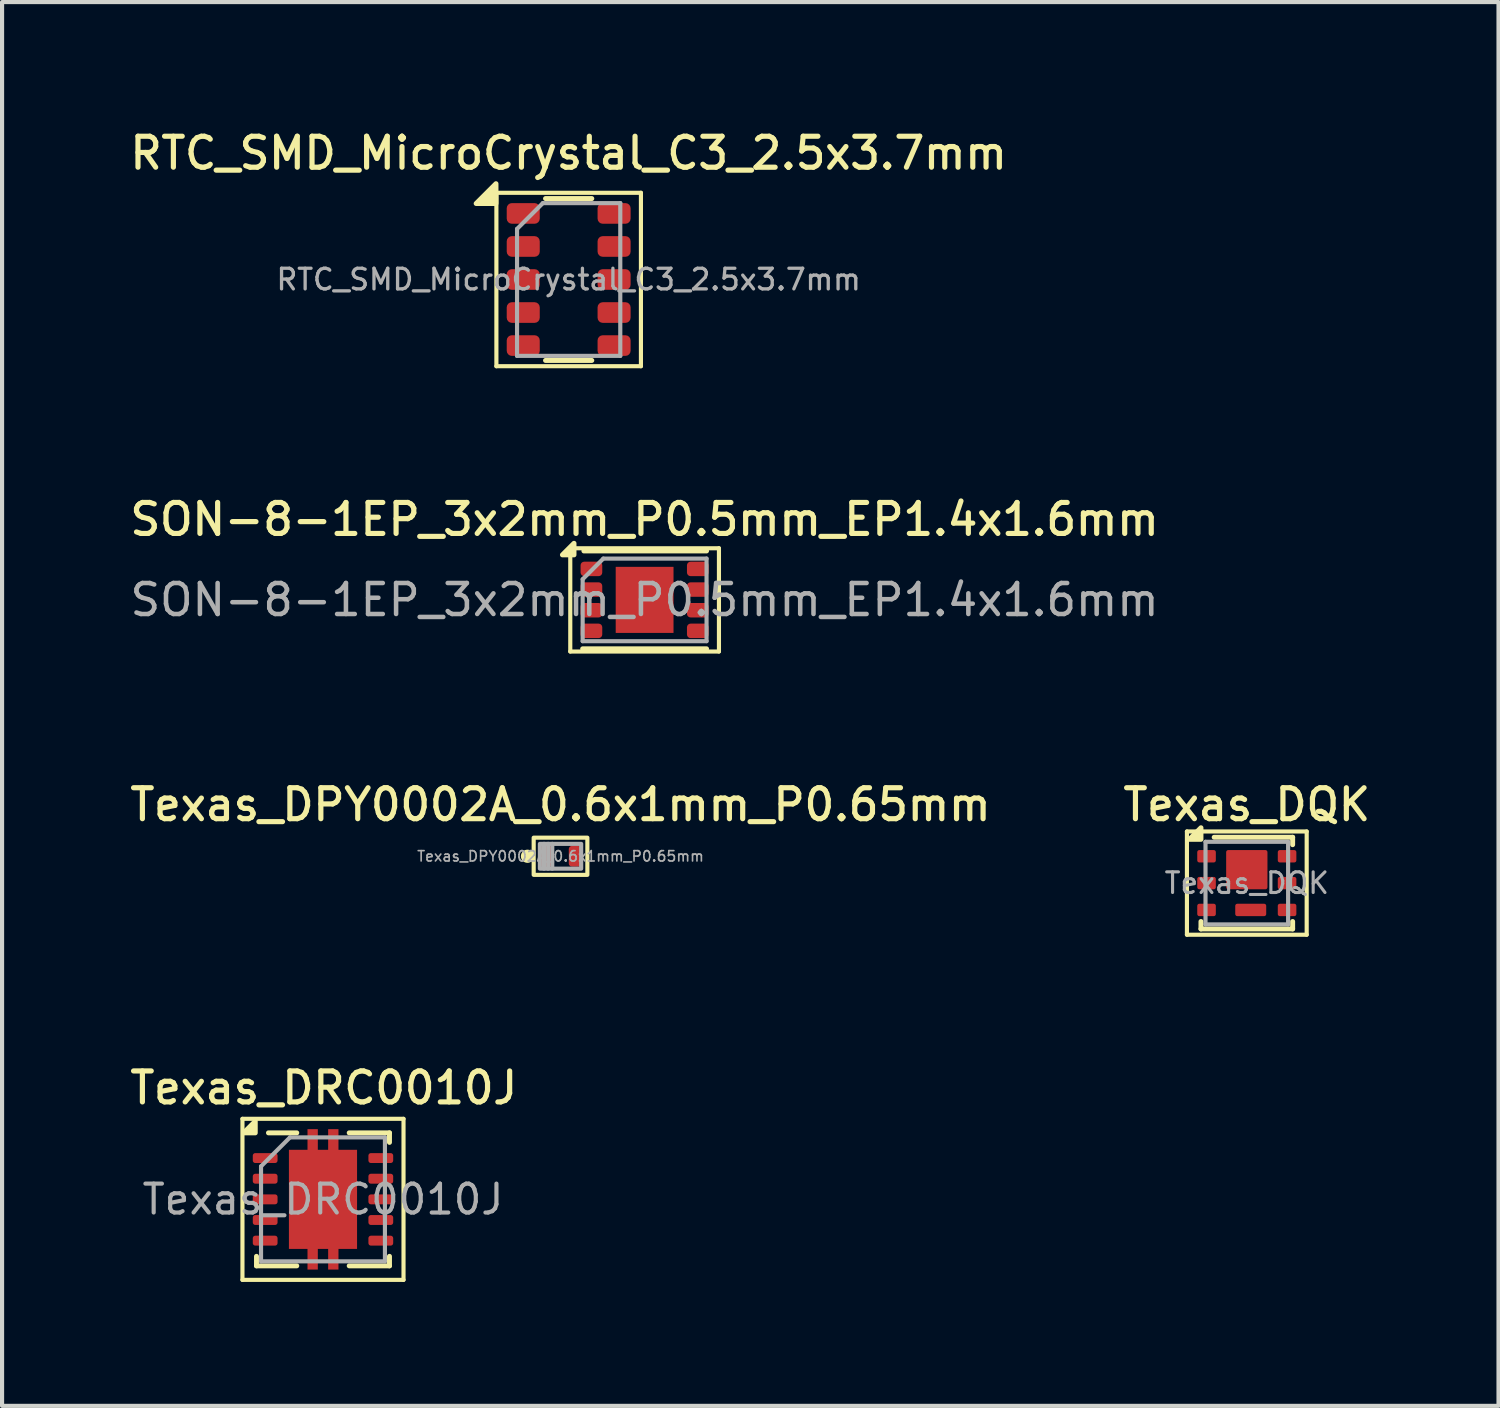
<source format=kicad_pcb>
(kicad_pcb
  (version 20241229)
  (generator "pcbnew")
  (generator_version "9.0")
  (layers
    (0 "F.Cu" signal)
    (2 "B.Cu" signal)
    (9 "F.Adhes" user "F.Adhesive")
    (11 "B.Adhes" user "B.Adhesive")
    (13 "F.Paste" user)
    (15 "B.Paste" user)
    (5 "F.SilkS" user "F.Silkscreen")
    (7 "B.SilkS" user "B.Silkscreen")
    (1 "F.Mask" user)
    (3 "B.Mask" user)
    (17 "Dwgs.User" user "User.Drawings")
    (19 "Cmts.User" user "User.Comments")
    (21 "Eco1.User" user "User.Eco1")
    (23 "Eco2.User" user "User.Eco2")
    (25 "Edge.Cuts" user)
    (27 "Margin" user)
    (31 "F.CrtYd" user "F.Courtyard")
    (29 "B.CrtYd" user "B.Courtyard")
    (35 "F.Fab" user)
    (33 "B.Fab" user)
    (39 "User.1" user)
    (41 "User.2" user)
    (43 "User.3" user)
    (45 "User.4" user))
  (footprint "RTC_SMD_MicroCrystal_C3_2.5x3.7mm"
    (layer "F.Cu")
    (at 10.72 3.718)
    (property "Reference" "RTC_SMD_MicroCrystal_C3_2.5x3.7mm" (at 0 -3.06 0) (layer "F.SilkS") (effects (font (size 0.75 0.75) (thickness 0.125))))
    (attr smd)
    (fp_line (start -1.75 -2.1) (end -1.75 2.1) (stroke (width 0.1) (type solid)) (layer "F.SilkS"))
    (fp_line (start -1.75 -2.1) (end 1.75 -2.1) (stroke (width 0.1) (type solid)) (layer "F.SilkS"))
    (fp_line (start -1.75 2.1) (end 1.75 2.1) (stroke (width 0.1) (type solid)) (layer "F.SilkS"))
    (fp_line (start -0.56 -1.96) (end 0.56 -1.96) (stroke (width 0.12) (type solid)) (layer "F.SilkS"))
    (fp_line (start -0.56 1.96) (end 0.56 1.96) (stroke (width 0.12) (type solid)) (layer "F.SilkS"))
    (fp_line (start 1.75 -2.1) (end 1.75 2.1) (stroke (width 0.1) (type solid)) (layer "F.SilkS"))
    (fp_poly (pts (xy -1.76 -1.84) (xy -2.24 -1.84) (xy -1.76 -2.32) (xy -1.76 -1.84)) (stroke (width 0.12) (type solid)) (fill yes) (layer "F.SilkS"))
    (fp_line (start -1.25 -1.225) (end -1.25 1.85) (stroke (width 0.1) (type solid)) (layer "F.Fab"))
    (fp_line (start -1.25 1.85) (end 1.25 1.85) (stroke (width 0.1) (type solid)) (layer "F.Fab"))
    (fp_line (start -0.625 -1.85) (end -1.25 -1.225) (stroke (width 0.1) (type solid)) (layer "F.Fab"))
    (fp_line (start -0.625 -1.85) (end 1.25 -1.85) (stroke (width 0.1) (type solid)) (layer "F.Fab"))
    (fp_line (start 1.25 -1.85) (end 1.25 1.85) (stroke (width 0.1) (type solid)) (layer "F.Fab"))
    (fp_text user "${REFERENCE}" (at 0 0 0) (layer "F.Fab") (effects (font (size 0.5 0.5) (thickness 0.08))))
    (pad "1" smd roundrect (at -1.1 -1.6) (size 0.8 0.5) (layers "F.Cu" "F.Mask" "F.Paste") (roundrect_rratio 0.25))
    (pad "2" smd roundrect (at -1.1 -0.8) (size 0.8 0.5) (layers "F.Cu" "F.Mask" "F.Paste") (roundrect_rratio 0.25))
    (pad "3" smd roundrect (at -1.1 0) (size 0.8 0.5) (layers "F.Cu" "F.Mask" "F.Paste") (roundrect_rratio 0.25))
    (pad "4" smd roundrect (at -1.1 0.8) (size 0.8 0.5) (layers "F.Cu" "F.Mask" "F.Paste") (roundrect_rratio 0.25))
    (pad "5" smd roundrect (at -1.1 1.6) (size 0.8 0.5) (layers "F.Cu" "F.Mask" "F.Paste") (roundrect_rratio 0.25))
    (pad "6" smd roundrect (at 1.1 1.6) (size 0.8 0.5) (layers "F.Cu" "F.Mask" "F.Paste") (roundrect_rratio 0.25))
    (pad "7" smd roundrect (at 1.1 0.8) (size 0.8 0.5) (layers "F.Cu" "F.Mask" "F.Paste") (roundrect_rratio 0.25))
    (pad "8" smd roundrect (at 1.1 0) (size 0.8 0.5) (layers "F.Cu" "F.Mask" "F.Paste") (roundrect_rratio 0.25))
    (pad "9" smd roundrect (at 1.1 -0.8) (size 0.8 0.5) (layers "F.Cu" "F.Mask" "F.Paste") (roundrect_rratio 0.25))
    (pad "10" smd roundrect (at 1.1 -1.6) (size 0.8 0.5) (layers "F.Cu" "F.Mask" "F.Paste") (roundrect_rratio 0.25)))
  (footprint "Texas_DQK"
    (layer "F.Cu")
    (at 27.141 18.334)
    (property "Reference" "Texas_DQK" (at 0 -1.9 0) (layer "F.SilkS") (effects (font (size 0.75 0.75) (thickness 0.125))))
    (attr smd)
    (fp_line (start -1.45 -1.25) (end -1.45 1.25) (stroke (width 0.1) (type solid)) (layer "F.SilkS"))
    (fp_line (start -1.45 -1.25) (end 1.45 -1.25) (stroke (width 0.1) (type solid)) (layer "F.SilkS"))
    (fp_line (start -1.45 1.25) (end 1.45 1.25) (stroke (width 0.1) (type solid)) (layer "F.SilkS"))
    (fp_line (start -1.11 0.93) (end -1.11 1.11) (stroke (width 0.12) (type solid)) (layer "F.SilkS"))
    (fp_line (start -1.11 1.11) (end 1.11 1.11) (stroke (width 0.12) (type solid)) (layer "F.SilkS"))
    (fp_line (start -0.79 -1.11) (end 1.11 -1.11) (stroke (width 0.12) (type solid)) (layer "F.SilkS"))
    (fp_line (start 1.11 -1.11) (end 1.11 -0.93) (stroke (width 0.12) (type solid)) (layer "F.SilkS"))
    (fp_line (start 1.11 0.93) (end 1.11 1.11) (stroke (width 0.12) (type solid)) (layer "F.SilkS"))
    (fp_line (start 1.45 -1.25) (end 1.45 1.25) (stroke (width 0.1) (type solid)) (layer "F.SilkS"))
    (fp_poly (pts (xy -1.11 -1.06) (xy -1.39 -1.06) (xy -1.11 -1.34) (xy -1.11 -1.06)) (stroke (width 0.12) (type solid)) (fill yes) (layer "F.SilkS"))
    (fp_line (start -1 -1) (end -1 1) (stroke (width 0.1) (type solid)) (layer "F.Fab"))
    (fp_line (start -1 -1) (end 1 -1) (stroke (width 0.1) (type solid)) (layer "F.Fab"))
    (fp_line (start -1 1) (end 1 1) (stroke (width 0.1) (type solid)) (layer "F.Fab"))
    (fp_line (start 1 -1) (end 1 1) (stroke (width 0.1) (type solid)) (layer "F.Fab"))
    (fp_text user "${REFERENCE}" (at 0 0 0) (layer "F.Fab") (effects (font (size 0.5 0.5) (thickness 0.075))))
    (pad "" smd roundrect (at 0 -0.325) (size 0.9 0.86) (layers "F.Paste") (roundrect_rratio 0.058))
    (pad "" smd roundrect (at 0.095 0.65) (size 0.7 0.29) (layers "F.Paste") (roundrect_rratio 0.172))
    (pad "1" smd roundrect (at -0.975 -0.65) (size 0.45 0.3) (layers "F.Cu" "F.Mask" "F.Paste") (roundrect_rratio 0.167))
    (pad "2" smd roundrect (at -0.975 0) (size 0.45 0.3) (layers "F.Cu" "F.Mask" "F.Paste") (roundrect_rratio 0.167))
    (pad "3" smd roundrect (at -0.975 0.65) (size 0.45 0.3) (layers "F.Cu" "F.Mask" "F.Paste") (roundrect_rratio 0.167))
    (pad "4" smd roundrect (at 0.975 0.65) (size 0.45 0.3) (layers "F.Cu" "F.Mask" "F.Paste") (roundrect_rratio 0.167))
    (pad "5" smd roundrect (at 0.975 0) (size 0.45 0.3) (layers "F.Cu" "F.Mask" "F.Paste") (roundrect_rratio 0.167))
    (pad "6" smd roundrect (at 0.975 -0.65) (size 0.45 0.3) (layers "F.Cu" "F.Mask" "F.Paste") (roundrect_rratio 0.167))
    (pad "7" smd roundrect (at 0.095 0.65) (size 0.75 0.3) (layers "F.Cu" "F.Mask") (roundrect_rratio 0.167))
    (pad "8" smd roundrect (at 0 -0.325) (size 1 0.95) (layers "F.Cu" "F.Mask") (roundrect_rratio 0.053)))
  (footprint "SON-8-1EP_3x2mm_P0.5mm_EP1.4x1.6mm"
    (layer "F.Cu")
    (at 12.559 11.476)
    (property "Reference" "SON-8-1EP_3x2mm_P0.5mm_EP1.4x1.6mm" (at 0 -1.95 0) (layer "F.SilkS") (effects (font (size 0.75 0.75) (thickness 0.125))))
    (attr smd)
    (fp_line (start -1.8 -1.25) (end -1.8 1.25) (stroke (width 0.1) (type solid)) (layer "F.SilkS"))
    (fp_line (start -1.8 1.25) (end 1.8 1.25) (stroke (width 0.1) (type solid)) (layer "F.SilkS"))
    (fp_line (start -1.5 1.185) (end 1.5 1.185) (stroke (width 0.12) (type solid)) (layer "F.SilkS"))
    (fp_line (start -1.47 -1.185) (end 1.5 -1.185) (stroke (width 0.12) (type solid)) (layer "F.SilkS"))
    (fp_line (start 1.8 -1.25) (end -1.8 -1.25) (stroke (width 0.1) (type solid)) (layer "F.SilkS"))
    (fp_line (start 1.8 1.25) (end 1.8 -1.25) (stroke (width 0.1) (type solid)) (layer "F.SilkS"))
    (fp_poly (pts (xy -1.71 -1.09) (xy -1.99 -1.09) (xy -1.71 -1.37) (xy -1.71 -1.09)) (stroke (width 0.12) (type solid)) (fill yes) (layer "F.SilkS"))
    (fp_line (start -1.5 -0.5) (end -1 -1) (stroke (width 0.1) (type solid)) (layer "F.Fab"))
    (fp_line (start -1.5 1) (end -1.5 -0.5) (stroke (width 0.1) (type solid)) (layer "F.Fab"))
    (fp_line (start -1 -1) (end 1.5 -1) (stroke (width 0.1) (type solid)) (layer "F.Fab"))
    (fp_line (start 1.5 -1) (end 1.5 1) (stroke (width 0.1) (type solid)) (layer "F.Fab"))
    (fp_line (start 1.5 1) (end -1.5 1) (stroke (width 0.1) (type solid)) (layer "F.Fab"))
    (fp_text user "${REFERENCE}" (at 0 0 0) (layer "F.Fab") (effects (font (size 0.75 0.75) (thickness 0.11))))
    (pad "" smd roundrect (at -0.35 -0.4) (size 0.56 0.64) (layers "F.Paste") (roundrect_rratio 0.25))
    (pad "" smd roundrect (at -0.35 0.4) (size 0.56 0.64) (layers "F.Paste") (roundrect_rratio 0.25))
    (pad "" smd roundrect (at 0.35 -0.4) (size 0.56 0.64) (layers "F.Paste") (roundrect_rratio 0.25))
    (pad "" smd roundrect (at 0.35 0.4) (size 0.56 0.64) (layers "F.Paste") (roundrect_rratio 0.25))
    (pad "1" smd roundrect (at -1.288 -0.75) (size 0.525 0.35) (layers "F.Cu" "F.Mask" "F.Paste") (roundrect_rratio 0.25))
    (pad "2" smd roundrect (at -1.288 -0.25) (size 0.525 0.35) (layers "F.Cu" "F.Mask" "F.Paste") (roundrect_rratio 0.25))
    (pad "3" smd roundrect (at -1.288 0.25) (size 0.525 0.35) (layers "F.Cu" "F.Mask" "F.Paste") (roundrect_rratio 0.25))
    (pad "4" smd roundrect (at -1.288 0.75) (size 0.525 0.35) (layers "F.Cu" "F.Mask" "F.Paste") (roundrect_rratio 0.25))
    (pad "5" smd roundrect (at 1.288 0.75) (size 0.525 0.35) (layers "F.Cu" "F.Mask" "F.Paste") (roundrect_rratio 0.25))
    (pad "6" smd roundrect (at 1.288 0.25) (size 0.525 0.35) (layers "F.Cu" "F.Mask" "F.Paste") (roundrect_rratio 0.25))
    (pad "7" smd roundrect (at 1.288 -0.25) (size 0.525 0.35) (layers "F.Cu" "F.Mask" "F.Paste") (roundrect_rratio 0.25))
    (pad "8" smd roundrect (at 1.288 -0.75) (size 0.525 0.35) (layers "F.Cu" "F.Mask" "F.Paste") (roundrect_rratio 0.25))
    (pad "9" smd rect (at 0 0) (size 1.4 1.6) (property pad_prop_heatsink) (layers "F.Cu" "F.Mask")))
  (footprint "Texas_DRC0010J"
    (layer "F.Cu")
    (at 4.771 25.992)
    (property "Reference" "Texas_DRC0010J" (at 0.02 -2.7 0) (layer "F.SilkS") (effects (font (size 0.75 0.75) (thickness 0.125))))
    (attr smd)
    (fp_line (start -1.95 -1.95) (end -1.95 1.95) (stroke (width 0.1) (type solid)) (layer "F.SilkS"))
    (fp_line (start -1.95 -1.95) (end 1.95 -1.95) (stroke (width 0.1) (type solid)) (layer "F.SilkS"))
    (fp_line (start -1.95 1.95) (end 1.95 1.95) (stroke (width 0.1) (type solid)) (layer "F.SilkS"))
    (fp_line (start -1.61 1.38) (end -1.61 1.61) (stroke (width 0.12) (type solid)) (layer "F.SilkS"))
    (fp_line (start -1.61 1.61) (end -0.635 1.61) (stroke (width 0.12) (type solid)) (layer "F.SilkS"))
    (fp_line (start -1.32 -1.61) (end -0.635 -1.61) (stroke (width 0.12) (type solid)) (layer "F.SilkS"))
    (fp_line (start 0.635 -1.61) (end 1.61 -1.61) (stroke (width 0.12) (type solid)) (layer "F.SilkS"))
    (fp_line (start 0.635 1.61) (end 1.61 1.61) (stroke (width 0.12) (type solid)) (layer "F.SilkS"))
    (fp_line (start 1.61 -1.61) (end 1.61 -1.38) (stroke (width 0.12) (type solid)) (layer "F.SilkS"))
    (fp_line (start 1.61 1.38) (end 1.61 1.61) (stroke (width 0.12) (type solid)) (layer "F.SilkS"))
    (fp_line (start 1.95 -1.95) (end 1.95 1.95) (stroke (width 0.1) (type solid)) (layer "F.SilkS"))
    (fp_poly (pts (xy -1.64 -1.61) (xy -1.92 -1.61) (xy -1.64 -1.89) (xy -1.64 -1.61)) (stroke (width 0.12) (type solid)) (fill yes) (layer "F.SilkS"))
    (fp_line (start -1.5 -0.8) (end -1.5 1.5) (stroke (width 0.1) (type solid)) (layer "F.Fab"))
    (fp_line (start -1.5 -0.8) (end -0.8 -1.5) (stroke (width 0.1) (type solid)) (layer "F.Fab"))
    (fp_line (start -1.5 1.5) (end 1.5 1.5) (stroke (width 0.1) (type solid)) (layer "F.Fab"))
    (fp_line (start -0.8 -1.5) (end 1.5 -1.5) (stroke (width 0.1) (type solid)) (layer "F.Fab"))
    (fp_line (start 1.5 -1.5) (end 1.5 1.5) (stroke (width 0.1) (type solid)) (layer "F.Fab"))
    (fp_text user "${REFERENCE}" (at 0 0 0) (layer "F.Fab") (effects (font (size 0.7 0.7) (thickness 0.1))))
    (pad "" smd roundrect (at -0.25 -1.53) (size 0.25 0.34) (layers "F.Paste") (roundrect_rratio 0.1))
    (pad "" smd roundrect (at -0.25 1.53) (size 0.25 0.34) (layers "F.Paste") (roundrect_rratio 0.1))
    (pad "" smd roundrect (at 0 -0.63) (size 1.5 1.06) (layers "F.Paste") (roundrect_rratio 0.1))
    (pad "" smd roundrect (at 0 0.63) (size 1.5 1.06) (layers "F.Paste") (roundrect_rratio 0.1))
    (pad "" smd roundrect (at 0.25 -1.53) (size 0.25 0.34) (layers "F.Paste") (roundrect_rratio 0.1))
    (pad "" smd roundrect (at 0.25 1.53) (size 0.25 0.34) (layers "F.Paste") (roundrect_rratio 0.1))
    (pad "1" smd roundrect (at -1.4 -1) (size 0.6 0.24) (layers "F.Cu" "F.Mask" "F.Paste") (roundrect_rratio 0.25))
    (pad "2" smd roundrect (at -1.4 -0.5) (size 0.6 0.24) (layers "F.Cu" "F.Mask" "F.Paste") (roundrect_rratio 0.25))
    (pad "3" smd roundrect (at -1.4 0) (size 0.6 0.24) (layers "F.Cu" "F.Mask" "F.Paste") (roundrect_rratio 0.25))
    (pad "4" smd roundrect (at -1.4 0.5) (size 0.6 0.24) (layers "F.Cu" "F.Mask" "F.Paste") (roundrect_rratio 0.25))
    (pad "5" smd roundrect (at -1.4 1) (size 0.6 0.24) (layers "F.Cu" "F.Mask" "F.Paste") (roundrect_rratio 0.25))
    (pad "6" smd roundrect (at 1.4 1) (size 0.6 0.24) (layers "F.Cu" "F.Mask" "F.Paste") (roundrect_rratio 0.25))
    (pad "7" smd roundrect (at 1.4 0.5) (size 0.6 0.24) (layers "F.Cu" "F.Mask" "F.Paste") (roundrect_rratio 0.25))
    (pad "8" smd roundrect (at 1.4 0) (size 0.6 0.24) (layers "F.Cu" "F.Mask" "F.Paste") (roundrect_rratio 0.25))
    (pad "9" smd roundrect (at 1.4 -0.5) (size 0.6 0.24) (layers "F.Cu" "F.Mask" "F.Paste") (roundrect_rratio 0.25))
    (pad "10" smd roundrect (at 1.4 -1) (size 0.6 0.24) (layers "F.Cu" "F.Mask" "F.Paste") (roundrect_rratio 0.25))
    (pad "11" smd custom (at 0 0) (size 1.65 2.4) (layers "F.Cu" "F.Mask") (options (anchor rect)) (primitives (gr_poly (pts (xy -0.125 -1.1) (xy 0.125 -1.1) (xy 0.125 -1.7) (xy 0.375 -1.7) (xy 0.375 1.7) (xy 0.125 1.7) (xy 0.125 1.1) (xy -0.125 1.1) (xy -0.125 1.7) (xy -0.375 1.7) (xy -0.375 -1.7) (xy -0.125 -1.7)) (width 0) (fill yes)))))
  (footprint "Texas_DPY0002A_0.6x1mm_P0.65mm"
    (layer "F.Cu")
    (at 10.523 17.684)
    (property "Reference" "Texas_DPY0002A_0.6x1mm_P0.65mm" (at 0 -1.25 0) (unlocked yes) (layer "F.SilkS") (effects (font (size 0.75 0.75) (thickness 0.125))))
    (attr smd)
    (fp_rect (start -0.65 -0.45) (end 0.65 0.45) (stroke (width 0.1) (type solid)) (fill no) (layer "F.SilkS"))
    (fp_circle (center -0.8 0) (end -0.69 0) (stroke (width 0.1) (type solid)) (fill yes) (layer "F.SilkS"))
    (fp_line (start -0.4 0.3) (end -0.4 -0.3) (stroke (width 0.1) (type solid)) (layer "F.Fab"))
    (fp_line (start -0.3 0.3) (end -0.3 -0.3) (stroke (width 0.1) (type solid)) (layer "F.Fab"))
    (fp_line (start -0.2 0.3) (end -0.2 -0.3) (stroke (width 0.1) (type solid)) (layer "F.Fab"))
    (fp_rect (start -0.5 -0.3) (end 0.5 0.3) (stroke (width 0.1) (type solid)) (fill no) (layer "F.Fab"))
    (fp_text user "${REFERENCE}" (at 0 0 0) (layer "F.Fab") (effects (font (size 0.25 0.25) (thickness 0.04))))
    (pad "1" smd roundrect (at -0.35 0) (size 0.3 0.5) (layers "F.Cu" "F.Mask" "F.Paste") (roundrect_rratio 0.25))
    (pad "2" smd roundrect (at 0.35 0) (size 0.3 0.5) (layers "F.Cu" "F.Mask" "F.Paste") (roundrect_rratio 0.25)))
  (gr_rect
    (start -3 -3)
    (end 33.236 30.992)
    (stroke (width 0.1) (type default))
    (fill no)
    (layer "Edge.Cuts")))
</source>
